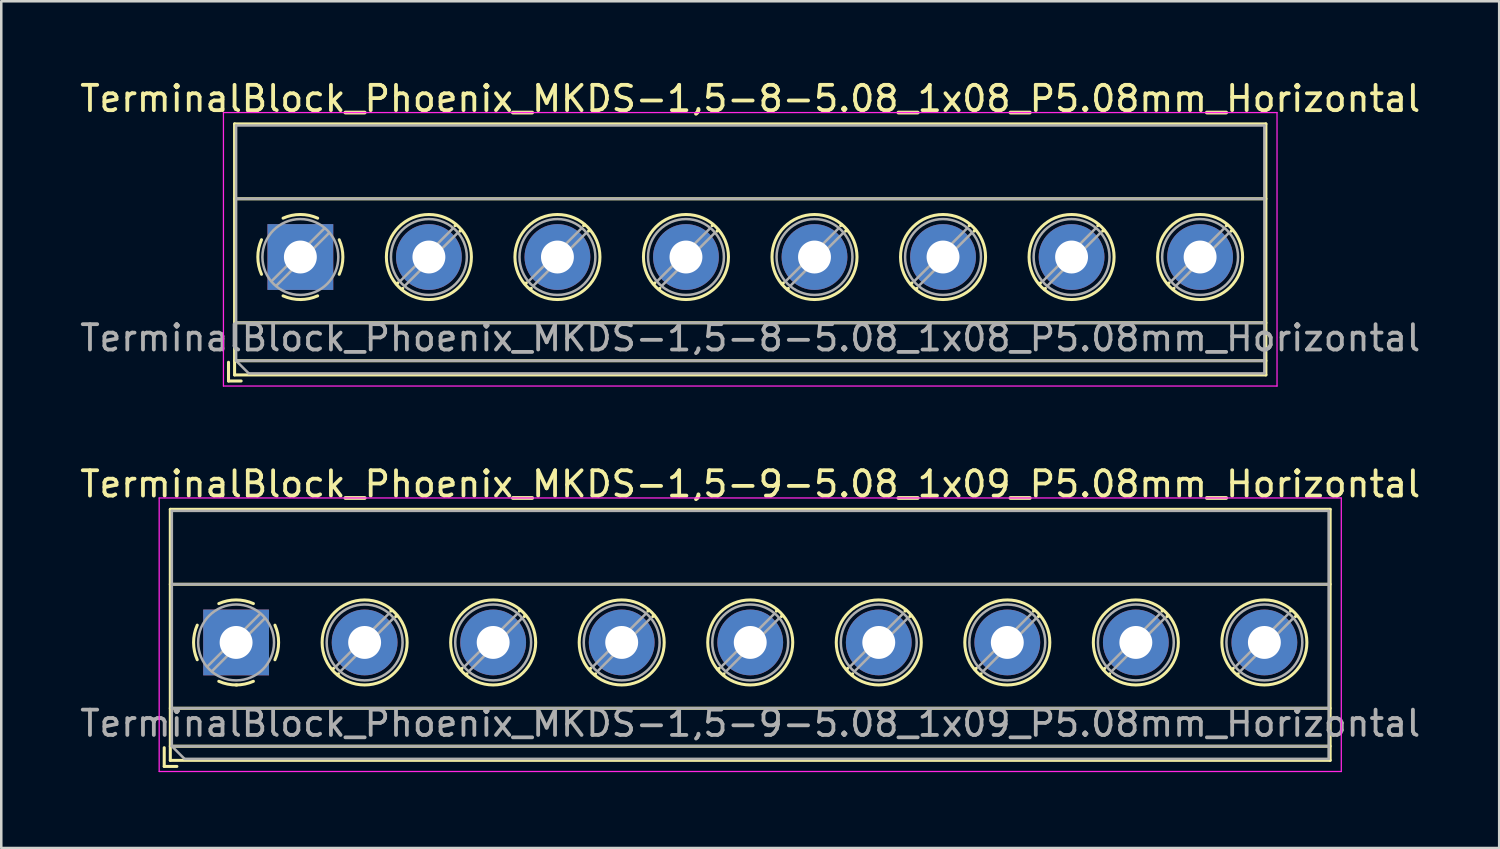
<source format=kicad_pcb>
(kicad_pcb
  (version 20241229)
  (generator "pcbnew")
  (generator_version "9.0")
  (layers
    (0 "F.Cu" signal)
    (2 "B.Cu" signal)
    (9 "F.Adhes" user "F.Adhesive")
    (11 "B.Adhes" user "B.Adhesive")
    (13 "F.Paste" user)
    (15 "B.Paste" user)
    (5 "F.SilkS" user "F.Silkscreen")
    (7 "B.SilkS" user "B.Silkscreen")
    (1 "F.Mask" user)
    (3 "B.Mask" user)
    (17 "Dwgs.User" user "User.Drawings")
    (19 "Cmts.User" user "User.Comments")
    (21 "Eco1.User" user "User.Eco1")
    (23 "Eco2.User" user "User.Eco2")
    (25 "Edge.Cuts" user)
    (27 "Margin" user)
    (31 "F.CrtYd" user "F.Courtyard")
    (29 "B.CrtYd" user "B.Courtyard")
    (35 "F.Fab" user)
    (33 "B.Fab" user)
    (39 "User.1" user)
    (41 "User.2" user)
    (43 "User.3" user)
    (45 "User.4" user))
  (footprint "TerminalBlock_Phoenix_MKDS-1,5-8-5.08_1x08_P5.08mm_Horizontal"
    (layer "F.Cu")
    (at 8.821 7.108)
    (property "Reference" "TerminalBlock_Phoenix_MKDS-1,5-8-5.08_1x08_P5.08mm_Horizontal" (at 17.78 -6.26 0) (layer "F.SilkS") (effects (font (size 1 1) (thickness 0.15))))
    (attr through_hole)
    (fp_line (start -2.84 4.16) (end -2.84 4.9) (stroke (width 0.12) (type solid)) (layer "F.SilkS"))
    (fp_line (start -2.84 4.9) (end -2.34 4.9) (stroke (width 0.12) (type solid)) (layer "F.SilkS"))
    (fp_line (start -2.6 -5.261) (end -2.6 4.66) (stroke (width 0.12) (type solid)) (layer "F.SilkS"))
    (fp_line (start -2.6 -5.261) (end 38.16 -5.261) (stroke (width 0.12) (type solid)) (layer "F.SilkS"))
    (fp_line (start -2.6 -2.301) (end 38.16 -2.301) (stroke (width 0.12) (type solid)) (layer "F.SilkS"))
    (fp_line (start -2.6 2.6) (end 38.16 2.6) (stroke (width 0.12) (type solid)) (layer "F.SilkS"))
    (fp_line (start -2.6 4.1) (end 38.16 4.1) (stroke (width 0.12) (type solid)) (layer "F.SilkS"))
    (fp_line (start -2.6 4.66) (end 38.16 4.66) (stroke (width 0.12) (type solid)) (layer "F.SilkS"))
    (fp_line (start 3.853 1.023) (end 3.806 1.069) (stroke (width 0.12) (type solid)) (layer "F.SilkS"))
    (fp_line (start 4.046 1.239) (end 4.011 1.274) (stroke (width 0.12) (type solid)) (layer "F.SilkS"))
    (fp_line (start 6.15 -1.275) (end 6.115 -1.239) (stroke (width 0.12) (type solid)) (layer "F.SilkS"))
    (fp_line (start 6.355 -1.069) (end 6.308 -1.023) (stroke (width 0.12) (type solid)) (layer "F.SilkS"))
    (fp_line (start 8.933 1.023) (end 8.886 1.069) (stroke (width 0.12) (type solid)) (layer "F.SilkS"))
    (fp_line (start 9.126 1.239) (end 9.091 1.274) (stroke (width 0.12) (type solid)) (layer "F.SilkS"))
    (fp_line (start 11.23 -1.275) (end 11.195 -1.239) (stroke (width 0.12) (type solid)) (layer "F.SilkS"))
    (fp_line (start 11.435 -1.069) (end 11.388 -1.023) (stroke (width 0.12) (type solid)) (layer "F.SilkS"))
    (fp_line (start 14.013 1.023) (end 13.966 1.069) (stroke (width 0.12) (type solid)) (layer "F.SilkS"))
    (fp_line (start 14.206 1.239) (end 14.171 1.274) (stroke (width 0.12) (type solid)) (layer "F.SilkS"))
    (fp_line (start 16.31 -1.275) (end 16.275 -1.239) (stroke (width 0.12) (type solid)) (layer "F.SilkS"))
    (fp_line (start 16.515 -1.069) (end 16.468 -1.023) (stroke (width 0.12) (type solid)) (layer "F.SilkS"))
    (fp_line (start 19.093 1.023) (end 19.046 1.069) (stroke (width 0.12) (type solid)) (layer "F.SilkS"))
    (fp_line (start 19.286 1.239) (end 19.251 1.274) (stroke (width 0.12) (type solid)) (layer "F.SilkS"))
    (fp_line (start 21.39 -1.275) (end 21.355 -1.239) (stroke (width 0.12) (type solid)) (layer "F.SilkS"))
    (fp_line (start 21.595 -1.069) (end 21.548 -1.023) (stroke (width 0.12) (type solid)) (layer "F.SilkS"))
    (fp_line (start 24.173 1.023) (end 24.126 1.069) (stroke (width 0.12) (type solid)) (layer "F.SilkS"))
    (fp_line (start 24.366 1.239) (end 24.331 1.274) (stroke (width 0.12) (type solid)) (layer "F.SilkS"))
    (fp_line (start 26.47 -1.275) (end 26.435 -1.239) (stroke (width 0.12) (type solid)) (layer "F.SilkS"))
    (fp_line (start 26.675 -1.069) (end 26.628 -1.023) (stroke (width 0.12) (type solid)) (layer "F.SilkS"))
    (fp_line (start 29.253 1.023) (end 29.206 1.069) (stroke (width 0.12) (type solid)) (layer "F.SilkS"))
    (fp_line (start 29.446 1.239) (end 29.411 1.274) (stroke (width 0.12) (type solid)) (layer "F.SilkS"))
    (fp_line (start 31.55 -1.275) (end 31.515 -1.239) (stroke (width 0.12) (type solid)) (layer "F.SilkS"))
    (fp_line (start 31.755 -1.069) (end 31.708 -1.023) (stroke (width 0.12) (type solid)) (layer "F.SilkS"))
    (fp_line (start 34.333 1.023) (end 34.286 1.069) (stroke (width 0.12) (type solid)) (layer "F.SilkS"))
    (fp_line (start 34.526 1.239) (end 34.491 1.274) (stroke (width 0.12) (type solid)) (layer "F.SilkS"))
    (fp_line (start 36.63 -1.275) (end 36.595 -1.239) (stroke (width 0.12) (type solid)) (layer "F.SilkS"))
    (fp_line (start 36.835 -1.069) (end 36.788 -1.023) (stroke (width 0.12) (type solid)) (layer "F.SilkS"))
    (fp_line (start 38.16 -5.261) (end 38.16 4.66) (stroke (width 0.12) (type solid)) (layer "F.SilkS"))
    (fp_arc (start -1.535427 0.683042) (mid -1.680501 -0.000524) (end -1.535 -0.684) (stroke (width 0.12) (type solid)) (layer "F.SilkS"))
    (fp_arc (start -0.683042 -1.535427) (mid 0.000524 -1.680501) (end 0.684 -1.535) (stroke (width 0.12) (type solid)) (layer "F.SilkS"))
    (fp_arc (start 0.028805 1.680253) (mid -0.335551 1.646659) (end -0.684 1.535) (stroke (width 0.12) (type solid)) (layer "F.SilkS"))
    (fp_arc (start 0.683318 1.534756) (mid 0.349292 1.643288) (end 0 1.68) (stroke (width 0.12) (type solid)) (layer "F.SilkS"))
    (fp_arc (start 1.535427 -0.683042) (mid 1.680501 0.000524) (end 1.535 0.684) (stroke (width 0.12) (type solid)) (layer "F.SilkS"))
    (fp_circle (center 5.08 0) (end 6.76 0) (stroke (width 0.12) (type solid)) (fill no) (layer "F.SilkS"))
    (fp_circle (center 10.16 0) (end 11.84 0) (stroke (width 0.12) (type solid)) (fill no) (layer "F.SilkS"))
    (fp_circle (center 15.24 0) (end 16.92 0) (stroke (width 0.12) (type solid)) (fill no) (layer "F.SilkS"))
    (fp_circle (center 20.32 0) (end 22 0) (stroke (width 0.12) (type solid)) (fill no) (layer "F.SilkS"))
    (fp_circle (center 25.4 0) (end 27.08 0) (stroke (width 0.12) (type solid)) (fill no) (layer "F.SilkS"))
    (fp_circle (center 30.48 0) (end 32.16 0) (stroke (width 0.12) (type solid)) (fill no) (layer "F.SilkS"))
    (fp_circle (center 35.56 0) (end 37.24 0) (stroke (width 0.12) (type solid)) (fill no) (layer "F.SilkS"))
    (fp_line (start -3.04 -5.71) (end -3.04 5.1) (stroke (width 0.05) (type solid)) (layer "F.CrtYd"))
    (fp_line (start -3.04 5.1) (end 38.6 5.1) (stroke (width 0.05) (type solid)) (layer "F.CrtYd"))
    (fp_line (start 38.6 -5.71) (end -3.04 -5.71) (stroke (width 0.05) (type solid)) (layer "F.CrtYd"))
    (fp_line (start 38.6 5.1) (end 38.6 -5.71) (stroke (width 0.05) (type solid)) (layer "F.CrtYd"))
    (fp_line (start -2.54 -5.2) (end 38.1 -5.2) (stroke (width 0.1) (type solid)) (layer "F.Fab"))
    (fp_line (start -2.54 -2.3) (end 38.1 -2.3) (stroke (width 0.1) (type solid)) (layer "F.Fab"))
    (fp_line (start -2.54 2.6) (end 38.1 2.6) (stroke (width 0.1) (type solid)) (layer "F.Fab"))
    (fp_line (start -2.54 4.1) (end -2.54 -5.2) (stroke (width 0.1) (type solid)) (layer "F.Fab"))
    (fp_line (start -2.54 4.1) (end 38.1 4.1) (stroke (width 0.1) (type solid)) (layer "F.Fab"))
    (fp_line (start -2.04 4.6) (end -2.54 4.1) (stroke (width 0.1) (type solid)) (layer "F.Fab"))
    (fp_line (start 0.955 -1.138) (end -1.138 0.955) (stroke (width 0.1) (type solid)) (layer "F.Fab"))
    (fp_line (start 1.138 -0.955) (end -0.955 1.138) (stroke (width 0.1) (type solid)) (layer "F.Fab"))
    (fp_line (start 6.035 -1.138) (end 3.943 0.955) (stroke (width 0.1) (type solid)) (layer "F.Fab"))
    (fp_line (start 6.218 -0.955) (end 4.126 1.138) (stroke (width 0.1) (type solid)) (layer "F.Fab"))
    (fp_line (start 11.115 -1.138) (end 9.023 0.955) (stroke (width 0.1) (type solid)) (layer "F.Fab"))
    (fp_line (start 11.298 -0.955) (end 9.206 1.138) (stroke (width 0.1) (type solid)) (layer "F.Fab"))
    (fp_line (start 16.195 -1.138) (end 14.103 0.955) (stroke (width 0.1) (type solid)) (layer "F.Fab"))
    (fp_line (start 16.378 -0.955) (end 14.286 1.138) (stroke (width 0.1) (type solid)) (layer "F.Fab"))
    (fp_line (start 21.275 -1.138) (end 19.183 0.955) (stroke (width 0.1) (type solid)) (layer "F.Fab"))
    (fp_line (start 21.458 -0.955) (end 19.366 1.138) (stroke (width 0.1) (type solid)) (layer "F.Fab"))
    (fp_line (start 26.355 -1.138) (end 24.263 0.955) (stroke (width 0.1) (type solid)) (layer "F.Fab"))
    (fp_line (start 26.538 -0.955) (end 24.446 1.138) (stroke (width 0.1) (type solid)) (layer "F.Fab"))
    (fp_line (start 31.435 -1.138) (end 29.343 0.955) (stroke (width 0.1) (type solid)) (layer "F.Fab"))
    (fp_line (start 31.618 -0.955) (end 29.526 1.138) (stroke (width 0.1) (type solid)) (layer "F.Fab"))
    (fp_line (start 36.515 -1.138) (end 34.423 0.955) (stroke (width 0.1) (type solid)) (layer "F.Fab"))
    (fp_line (start 36.698 -0.955) (end 34.606 1.138) (stroke (width 0.1) (type solid)) (layer "F.Fab"))
    (fp_line (start 38.1 -5.2) (end 38.1 4.6) (stroke (width 0.1) (type solid)) (layer "F.Fab"))
    (fp_line (start 38.1 4.6) (end -2.04 4.6) (stroke (width 0.1) (type solid)) (layer "F.Fab"))
    (fp_circle (center 0 0) (end 1.5 0) (stroke (width 0.1) (type solid)) (fill no) (layer "F.Fab"))
    (fp_circle (center 5.08 0) (end 6.58 0) (stroke (width 0.1) (type solid)) (fill no) (layer "F.Fab"))
    (fp_circle (center 10.16 0) (end 11.66 0) (stroke (width 0.1) (type solid)) (fill no) (layer "F.Fab"))
    (fp_circle (center 15.24 0) (end 16.74 0) (stroke (width 0.1) (type solid)) (fill no) (layer "F.Fab"))
    (fp_circle (center 20.32 0) (end 21.82 0) (stroke (width 0.1) (type solid)) (fill no) (layer "F.Fab"))
    (fp_circle (center 25.4 0) (end 26.9 0) (stroke (width 0.1) (type solid)) (fill no) (layer "F.Fab"))
    (fp_circle (center 30.48 0) (end 31.98 0) (stroke (width 0.1) (type solid)) (fill no) (layer "F.Fab"))
    (fp_circle (center 35.56 0) (end 37.06 0) (stroke (width 0.1) (type solid)) (fill no) (layer "F.Fab"))
    (fp_text user "${REFERENCE}" (at 17.78 3.2 0) (layer "F.Fab") (effects (font (size 1 1) (thickness 0.15))))
    (pad "1" thru_hole rect (at 0 0) (size 2.6 2.6) (drill 1.3) (layers "*.Cu" "*.Mask"))
    (pad "2" thru_hole circle (at 5.08 0) (size 2.6 2.6) (drill 1.3) (layers "*.Cu" "*.Mask"))
    (pad "3" thru_hole circle (at 10.16 0) (size 2.6 2.6) (drill 1.3) (layers "*.Cu" "*.Mask"))
    (pad "4" thru_hole circle (at 15.24 0) (size 2.6 2.6) (drill 1.3) (layers "*.Cu" "*.Mask"))
    (pad "5" thru_hole circle (at 20.32 0) (size 2.6 2.6) (drill 1.3) (layers "*.Cu" "*.Mask"))
    (pad "6" thru_hole circle (at 25.4 0) (size 2.6 2.6) (drill 1.3) (layers "*.Cu" "*.Mask"))
    (pad "7" thru_hole circle (at 30.48 0) (size 2.6 2.6) (drill 1.3) (layers "*.Cu" "*.Mask"))
    (pad "8" thru_hole circle (at 35.56 0) (size 2.6 2.6) (drill 1.3) (layers "*.Cu" "*.Mask")))
  (footprint "TerminalBlock_Phoenix_MKDS-1,5-9-5.08_1x09_P5.08mm_Horizontal"
    (layer "F.Cu")
    (at 6.281 22.341)
    (property "Reference" "TerminalBlock_Phoenix_MKDS-1,5-9-5.08_1x09_P5.08mm_Horizontal" (at 20.32 -6.26 0) (layer "F.SilkS") (effects (font (size 1 1) (thickness 0.15))))
    (attr through_hole)
    (fp_line (start -2.84 4.16) (end -2.84 4.9) (stroke (width 0.12) (type solid)) (layer "F.SilkS"))
    (fp_line (start -2.84 4.9) (end -2.34 4.9) (stroke (width 0.12) (type solid)) (layer "F.SilkS"))
    (fp_line (start -2.6 -5.261) (end -2.6 4.66) (stroke (width 0.12) (type solid)) (layer "F.SilkS"))
    (fp_line (start -2.6 -5.261) (end 43.24 -5.261) (stroke (width 0.12) (type solid)) (layer "F.SilkS"))
    (fp_line (start -2.6 -2.301) (end 43.24 -2.301) (stroke (width 0.12) (type solid)) (layer "F.SilkS"))
    (fp_line (start -2.6 2.6) (end 43.24 2.6) (stroke (width 0.12) (type solid)) (layer "F.SilkS"))
    (fp_line (start -2.6 4.1) (end 43.24 4.1) (stroke (width 0.12) (type solid)) (layer "F.SilkS"))
    (fp_line (start -2.6 4.66) (end 43.24 4.66) (stroke (width 0.12) (type solid)) (layer "F.SilkS"))
    (fp_line (start 3.853 1.023) (end 3.806 1.069) (stroke (width 0.12) (type solid)) (layer "F.SilkS"))
    (fp_line (start 4.046 1.239) (end 4.011 1.274) (stroke (width 0.12) (type solid)) (layer "F.SilkS"))
    (fp_line (start 6.15 -1.275) (end 6.115 -1.239) (stroke (width 0.12) (type solid)) (layer "F.SilkS"))
    (fp_line (start 6.355 -1.069) (end 6.308 -1.023) (stroke (width 0.12) (type solid)) (layer "F.SilkS"))
    (fp_line (start 8.933 1.023) (end 8.886 1.069) (stroke (width 0.12) (type solid)) (layer "F.SilkS"))
    (fp_line (start 9.126 1.239) (end 9.091 1.274) (stroke (width 0.12) (type solid)) (layer "F.SilkS"))
    (fp_line (start 11.23 -1.275) (end 11.195 -1.239) (stroke (width 0.12) (type solid)) (layer "F.SilkS"))
    (fp_line (start 11.435 -1.069) (end 11.388 -1.023) (stroke (width 0.12) (type solid)) (layer "F.SilkS"))
    (fp_line (start 14.013 1.023) (end 13.966 1.069) (stroke (width 0.12) (type solid)) (layer "F.SilkS"))
    (fp_line (start 14.206 1.239) (end 14.171 1.274) (stroke (width 0.12) (type solid)) (layer "F.SilkS"))
    (fp_line (start 16.31 -1.275) (end 16.275 -1.239) (stroke (width 0.12) (type solid)) (layer "F.SilkS"))
    (fp_line (start 16.515 -1.069) (end 16.468 -1.023) (stroke (width 0.12) (type solid)) (layer "F.SilkS"))
    (fp_line (start 19.093 1.023) (end 19.046 1.069) (stroke (width 0.12) (type solid)) (layer "F.SilkS"))
    (fp_line (start 19.286 1.239) (end 19.251 1.274) (stroke (width 0.12) (type solid)) (layer "F.SilkS"))
    (fp_line (start 21.39 -1.275) (end 21.355 -1.239) (stroke (width 0.12) (type solid)) (layer "F.SilkS"))
    (fp_line (start 21.595 -1.069) (end 21.548 -1.023) (stroke (width 0.12) (type solid)) (layer "F.SilkS"))
    (fp_line (start 24.173 1.023) (end 24.126 1.069) (stroke (width 0.12) (type solid)) (layer "F.SilkS"))
    (fp_line (start 24.366 1.239) (end 24.331 1.274) (stroke (width 0.12) (type solid)) (layer "F.SilkS"))
    (fp_line (start 26.47 -1.275) (end 26.435 -1.239) (stroke (width 0.12) (type solid)) (layer "F.SilkS"))
    (fp_line (start 26.675 -1.069) (end 26.628 -1.023) (stroke (width 0.12) (type solid)) (layer "F.SilkS"))
    (fp_line (start 29.253 1.023) (end 29.206 1.069) (stroke (width 0.12) (type solid)) (layer "F.SilkS"))
    (fp_line (start 29.446 1.239) (end 29.411 1.274) (stroke (width 0.12) (type solid)) (layer "F.SilkS"))
    (fp_line (start 31.55 -1.275) (end 31.515 -1.239) (stroke (width 0.12) (type solid)) (layer "F.SilkS"))
    (fp_line (start 31.755 -1.069) (end 31.708 -1.023) (stroke (width 0.12) (type solid)) (layer "F.SilkS"))
    (fp_line (start 34.333 1.023) (end 34.286 1.069) (stroke (width 0.12) (type solid)) (layer "F.SilkS"))
    (fp_line (start 34.526 1.239) (end 34.491 1.274) (stroke (width 0.12) (type solid)) (layer "F.SilkS"))
    (fp_line (start 36.63 -1.275) (end 36.595 -1.239) (stroke (width 0.12) (type solid)) (layer "F.SilkS"))
    (fp_line (start 36.835 -1.069) (end 36.788 -1.023) (stroke (width 0.12) (type solid)) (layer "F.SilkS"))
    (fp_line (start 39.413 1.023) (end 39.366 1.069) (stroke (width 0.12) (type solid)) (layer "F.SilkS"))
    (fp_line (start 39.606 1.239) (end 39.571 1.274) (stroke (width 0.12) (type solid)) (layer "F.SilkS"))
    (fp_line (start 41.71 -1.275) (end 41.675 -1.239) (stroke (width 0.12) (type solid)) (layer "F.SilkS"))
    (fp_line (start 41.915 -1.069) (end 41.868 -1.023) (stroke (width 0.12) (type solid)) (layer "F.SilkS"))
    (fp_line (start 43.24 -5.261) (end 43.24 4.66) (stroke (width 0.12) (type solid)) (layer "F.SilkS"))
    (fp_arc (start -1.535427 0.683042) (mid -1.680501 -0.000524) (end -1.535 -0.684) (stroke (width 0.12) (type solid)) (layer "F.SilkS"))
    (fp_arc (start -0.683042 -1.535427) (mid 0.000524 -1.680501) (end 0.684 -1.535) (stroke (width 0.12) (type solid)) (layer "F.SilkS"))
    (fp_arc (start 0.028805 1.680253) (mid -0.335551 1.646659) (end -0.684 1.535) (stroke (width 0.12) (type solid)) (layer "F.SilkS"))
    (fp_arc (start 0.683318 1.534756) (mid 0.349292 1.643288) (end 0 1.68) (stroke (width 0.12) (type solid)) (layer "F.SilkS"))
    (fp_arc (start 1.535427 -0.683042) (mid 1.680501 0.000524) (end 1.535 0.684) (stroke (width 0.12) (type solid)) (layer "F.SilkS"))
    (fp_circle (center 5.08 0) (end 6.76 0) (stroke (width 0.12) (type solid)) (fill no) (layer "F.SilkS"))
    (fp_circle (center 10.16 0) (end 11.84 0) (stroke (width 0.12) (type solid)) (fill no) (layer "F.SilkS"))
    (fp_circle (center 15.24 0) (end 16.92 0) (stroke (width 0.12) (type solid)) (fill no) (layer "F.SilkS"))
    (fp_circle (center 20.32 0) (end 22 0) (stroke (width 0.12) (type solid)) (fill no) (layer "F.SilkS"))
    (fp_circle (center 25.4 0) (end 27.08 0) (stroke (width 0.12) (type solid)) (fill no) (layer "F.SilkS"))
    (fp_circle (center 30.48 0) (end 32.16 0) (stroke (width 0.12) (type solid)) (fill no) (layer "F.SilkS"))
    (fp_circle (center 35.56 0) (end 37.24 0) (stroke (width 0.12) (type solid)) (fill no) (layer "F.SilkS"))
    (fp_circle (center 40.64 0) (end 42.32 0) (stroke (width 0.12) (type solid)) (fill no) (layer "F.SilkS"))
    (fp_line (start -3.04 -5.71) (end -3.04 5.1) (stroke (width 0.05) (type solid)) (layer "F.CrtYd"))
    (fp_line (start -3.04 5.1) (end 43.68 5.1) (stroke (width 0.05) (type solid)) (layer "F.CrtYd"))
    (fp_line (start 43.68 -5.71) (end -3.04 -5.71) (stroke (width 0.05) (type solid)) (layer "F.CrtYd"))
    (fp_line (start 43.68 5.1) (end 43.68 -5.71) (stroke (width 0.05) (type solid)) (layer "F.CrtYd"))
    (fp_line (start -2.54 -5.2) (end 43.18 -5.2) (stroke (width 0.1) (type solid)) (layer "F.Fab"))
    (fp_line (start -2.54 -2.3) (end 43.18 -2.3) (stroke (width 0.1) (type solid)) (layer "F.Fab"))
    (fp_line (start -2.54 2.6) (end 43.18 2.6) (stroke (width 0.1) (type solid)) (layer "F.Fab"))
    (fp_line (start -2.54 4.1) (end -2.54 -5.2) (stroke (width 0.1) (type solid)) (layer "F.Fab"))
    (fp_line (start -2.54 4.1) (end 43.18 4.1) (stroke (width 0.1) (type solid)) (layer "F.Fab"))
    (fp_line (start -2.04 4.6) (end -2.54 4.1) (stroke (width 0.1) (type solid)) (layer "F.Fab"))
    (fp_line (start 0.955 -1.138) (end -1.138 0.955) (stroke (width 0.1) (type solid)) (layer "F.Fab"))
    (fp_line (start 1.138 -0.955) (end -0.955 1.138) (stroke (width 0.1) (type solid)) (layer "F.Fab"))
    (fp_line (start 6.035 -1.138) (end 3.943 0.955) (stroke (width 0.1) (type solid)) (layer "F.Fab"))
    (fp_line (start 6.218 -0.955) (end 4.126 1.138) (stroke (width 0.1) (type solid)) (layer "F.Fab"))
    (fp_line (start 11.115 -1.138) (end 9.023 0.955) (stroke (width 0.1) (type solid)) (layer "F.Fab"))
    (fp_line (start 11.298 -0.955) (end 9.206 1.138) (stroke (width 0.1) (type solid)) (layer "F.Fab"))
    (fp_line (start 16.195 -1.138) (end 14.103 0.955) (stroke (width 0.1) (type solid)) (layer "F.Fab"))
    (fp_line (start 16.378 -0.955) (end 14.286 1.138) (stroke (width 0.1) (type solid)) (layer "F.Fab"))
    (fp_line (start 21.275 -1.138) (end 19.183 0.955) (stroke (width 0.1) (type solid)) (layer "F.Fab"))
    (fp_line (start 21.458 -0.955) (end 19.366 1.138) (stroke (width 0.1) (type solid)) (layer "F.Fab"))
    (fp_line (start 26.355 -1.138) (end 24.263 0.955) (stroke (width 0.1) (type solid)) (layer "F.Fab"))
    (fp_line (start 26.538 -0.955) (end 24.446 1.138) (stroke (width 0.1) (type solid)) (layer "F.Fab"))
    (fp_line (start 31.435 -1.138) (end 29.343 0.955) (stroke (width 0.1) (type solid)) (layer "F.Fab"))
    (fp_line (start 31.618 -0.955) (end 29.526 1.138) (stroke (width 0.1) (type solid)) (layer "F.Fab"))
    (fp_line (start 36.515 -1.138) (end 34.423 0.955) (stroke (width 0.1) (type solid)) (layer "F.Fab"))
    (fp_line (start 36.698 -0.955) (end 34.606 1.138) (stroke (width 0.1) (type solid)) (layer "F.Fab"))
    (fp_line (start 41.595 -1.138) (end 39.503 0.955) (stroke (width 0.1) (type solid)) (layer "F.Fab"))
    (fp_line (start 41.778 -0.955) (end 39.686 1.138) (stroke (width 0.1) (type solid)) (layer "F.Fab"))
    (fp_line (start 43.18 -5.2) (end 43.18 4.6) (stroke (width 0.1) (type solid)) (layer "F.Fab"))
    (fp_line (start 43.18 4.6) (end -2.04 4.6) (stroke (width 0.1) (type solid)) (layer "F.Fab"))
    (fp_circle (center 0 0) (end 1.5 0) (stroke (width 0.1) (type solid)) (fill no) (layer "F.Fab"))
    (fp_circle (center 5.08 0) (end 6.58 0) (stroke (width 0.1) (type solid)) (fill no) (layer "F.Fab"))
    (fp_circle (center 10.16 0) (end 11.66 0) (stroke (width 0.1) (type solid)) (fill no) (layer "F.Fab"))
    (fp_circle (center 15.24 0) (end 16.74 0) (stroke (width 0.1) (type solid)) (fill no) (layer "F.Fab"))
    (fp_circle (center 20.32 0) (end 21.82 0) (stroke (width 0.1) (type solid)) (fill no) (layer "F.Fab"))
    (fp_circle (center 25.4 0) (end 26.9 0) (stroke (width 0.1) (type solid)) (fill no) (layer "F.Fab"))
    (fp_circle (center 30.48 0) (end 31.98 0) (stroke (width 0.1) (type solid)) (fill no) (layer "F.Fab"))
    (fp_circle (center 35.56 0) (end 37.06 0) (stroke (width 0.1) (type solid)) (fill no) (layer "F.Fab"))
    (fp_circle (center 40.64 0) (end 42.14 0) (stroke (width 0.1) (type solid)) (fill no) (layer "F.Fab"))
    (fp_text user "${REFERENCE}" (at 20.32 3.2 0) (layer "F.Fab") (effects (font (size 1 1) (thickness 0.15))))
    (pad "1" thru_hole rect (at 0 0) (size 2.6 2.6) (drill 1.3) (layers "*.Cu" "*.Mask"))
    (pad "2" thru_hole circle (at 5.08 0) (size 2.6 2.6) (drill 1.3) (layers "*.Cu" "*.Mask"))
    (pad "3" thru_hole circle (at 10.16 0) (size 2.6 2.6) (drill 1.3) (layers "*.Cu" "*.Mask"))
    (pad "4" thru_hole circle (at 15.24 0) (size 2.6 2.6) (drill 1.3) (layers "*.Cu" "*.Mask"))
    (pad "5" thru_hole circle (at 20.32 0) (size 2.6 2.6) (drill 1.3) (layers "*.Cu" "*.Mask"))
    (pad "6" thru_hole circle (at 25.4 0) (size 2.6 2.6) (drill 1.3) (layers "*.Cu" "*.Mask"))
    (pad "7" thru_hole circle (at 30.48 0) (size 2.6 2.6) (drill 1.3) (layers "*.Cu" "*.Mask"))
    (pad "8" thru_hole circle (at 35.56 0) (size 2.6 2.6) (drill 1.3) (layers "*.Cu" "*.Mask"))
    (pad "9" thru_hole circle (at 40.64 0) (size 2.6 2.6) (drill 1.3) (layers "*.Cu" "*.Mask")))
  (gr_rect
    (start -3 -3)
    (end 56.202 30.466)
    (stroke (width 0.1) (type default))
    (fill no)
    (layer "Edge.Cuts")))
</source>
